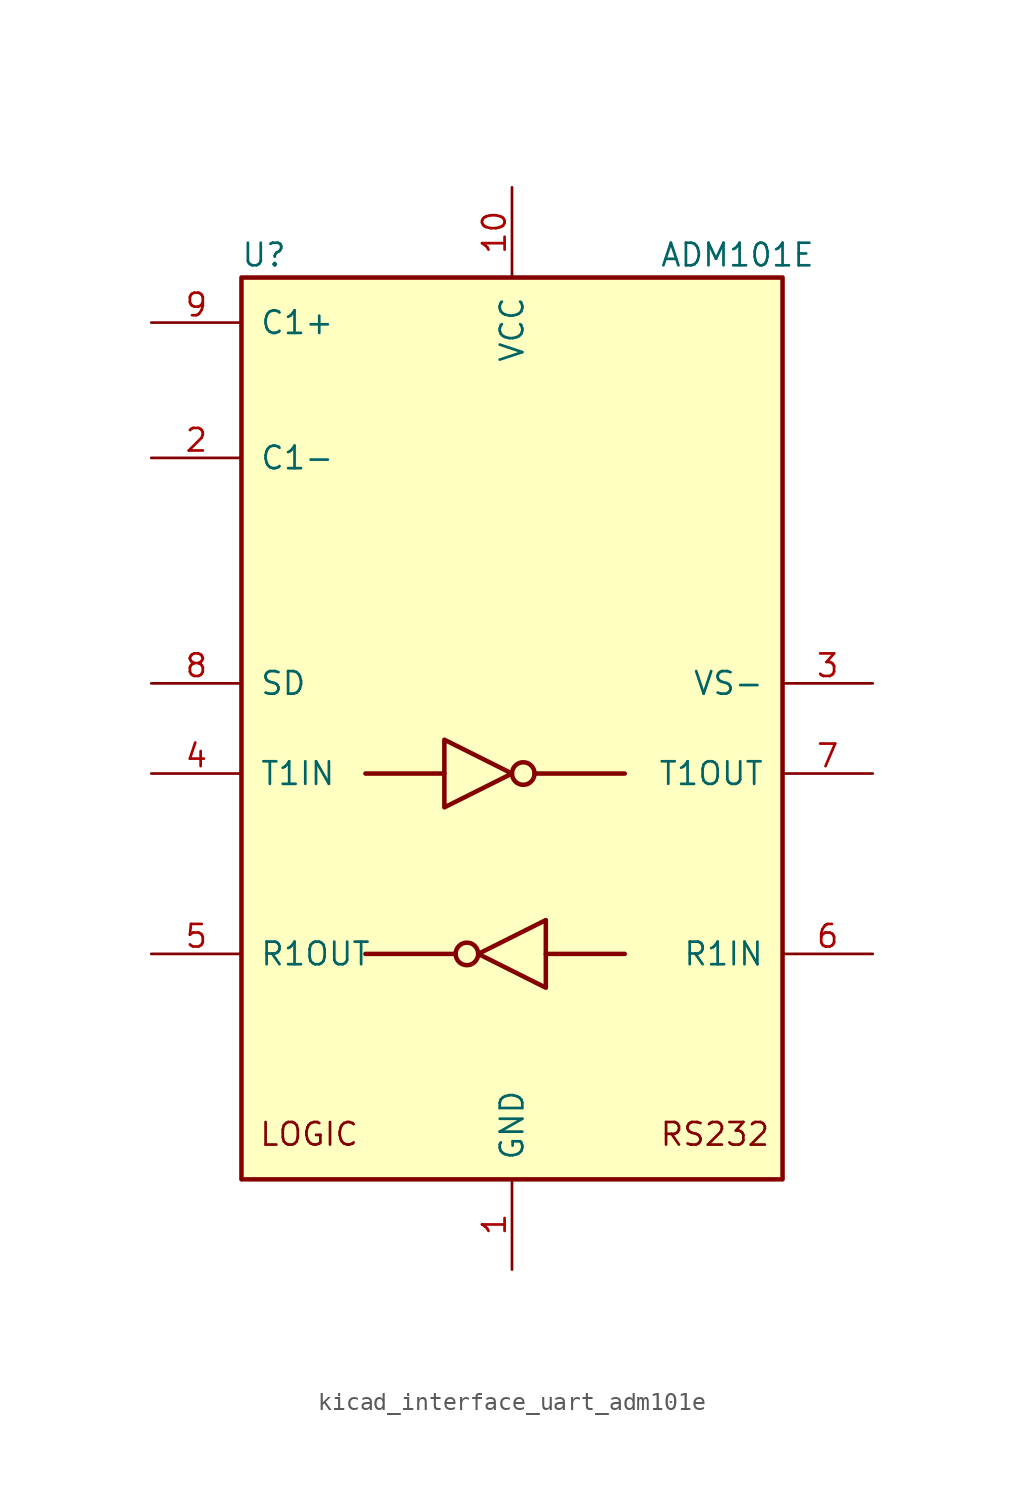
<source format=kicad_sym>
(kicad_symbol_lib
  (version 20220914)
  (generator kicad_symbol_editor)
  (symbol "kicad_interface_uart_adm101e"
    (pin_names
      (offset 1.016))
    (property "Reference" "U"
      (at -13.97 26.67 0)
      (effects (font (size 1.27 1.27))))
    (property "Value" "ADM101E"
      (at 12.7 26.67 0)
      (effects (font (size 1.27 1.27))))
    (symbol "kicad_interface_uart_adm101e_0_0"
      (text "LOGIC" (at -11.43 -22.86 0) (effects (font (size 1.27 1.27))))
      (text "RS232" (at 11.43 -22.86 0) (effects (font (size 1.27 1.27)))))
    (symbol "kicad_interface_uart_adm101e_0_1"
      (rectangle (start -15.24 -25.4) (end 15.24 25.4) (stroke (width 0.254) (type default)) (fill (type background)))
      (circle (center -2.54 -12.7) (radius 0.635) (stroke (width 0.254) (type default)) (fill (type none)))
      (polyline (pts (xy -3.81 -2.54) (xy -8.255 -2.54)) (stroke (width 0.254) (type default)) (fill (type none)))
      (polyline (pts (xy -3.175 -12.7) (xy -8.255 -12.7)) (stroke (width 0.254) (type default)) (fill (type none)))
      (polyline (pts (xy 1.27 -2.54) (xy 6.35 -2.54)) (stroke (width 0.254) (type default)) (fill (type none)))
      (polyline (pts (xy 1.905 -12.7) (xy 6.35 -12.7)) (stroke (width 0.254) (type default)) (fill (type none)))
      (polyline (pts (xy -3.81 -0.635) (xy -3.81 -4.445) (xy 0 -2.54) (xy -3.81 -0.635)) (stroke (width 0.254) (type default)) (fill (type none)))
      (polyline (pts (xy 1.905 -10.795) (xy 1.905 -14.605) (xy -1.905 -12.7) (xy 1.905 -10.795)) (stroke (width 0.254) (type default)) (fill (type none)))
      (circle (center 0.635 -2.54) (radius 0.635) (stroke (width 0.254) (type default)) (fill (type none))))
    (symbol "kicad_interface_uart_adm101e_1_1"
      (pin power_in line (at 0 -30.48 90) (length 5.08) (name "GND" (effects (font (size 1.27 1.27)))) (number "1" (effects (font (size 1.27 1.27)))))
      (pin power_in line (at 0 30.48 270) (length 5.08) (name "VCC" (effects (font (size 1.27 1.27)))) (number "10" (effects (font (size 1.27 1.27)))))
      (pin passive line (at -20.32 15.24 0) (length 5.08) (name "C1-" (effects (font (size 1.27 1.27)))) (number "2" (effects (font (size 1.27 1.27)))))
      (pin power_out line (at 20.32 2.54 180) (length 5.08) (name "VS-" (effects (font (size 1.27 1.27)))) (number "3" (effects (font (size 1.27 1.27)))))
      (pin input line (at -20.32 -2.54 0) (length 5.08) (name "T1IN" (effects (font (size 1.27 1.27)))) (number "4" (effects (font (size 1.27 1.27)))))
      (pin output line (at -20.32 -12.7 0) (length 5.08) (name "R1OUT" (effects (font (size 1.27 1.27)))) (number "5" (effects (font (size 1.27 1.27)))))
      (pin input line (at 20.32 -12.7 180) (length 5.08) (name "R1IN" (effects (font (size 1.27 1.27)))) (number "6" (effects (font (size 1.27 1.27)))))
      (pin output line (at 20.32 -2.54 180) (length 5.08) (name "T1OUT" (effects (font (size 1.27 1.27)))) (number "7" (effects (font (size 1.27 1.27)))))
      (pin input line (at -20.32 2.54 0) (length 5.08) (name "SD" (effects (font (size 1.27 1.27)))) (number "8" (effects (font (size 1.27 1.27)))))
      (pin passive line (at -20.32 22.86 0) (length 5.08) (name "C1+" (effects (font (size 1.27 1.27)))) (number "9" (effects (font (size 1.27 1.27))))))))
</source>
